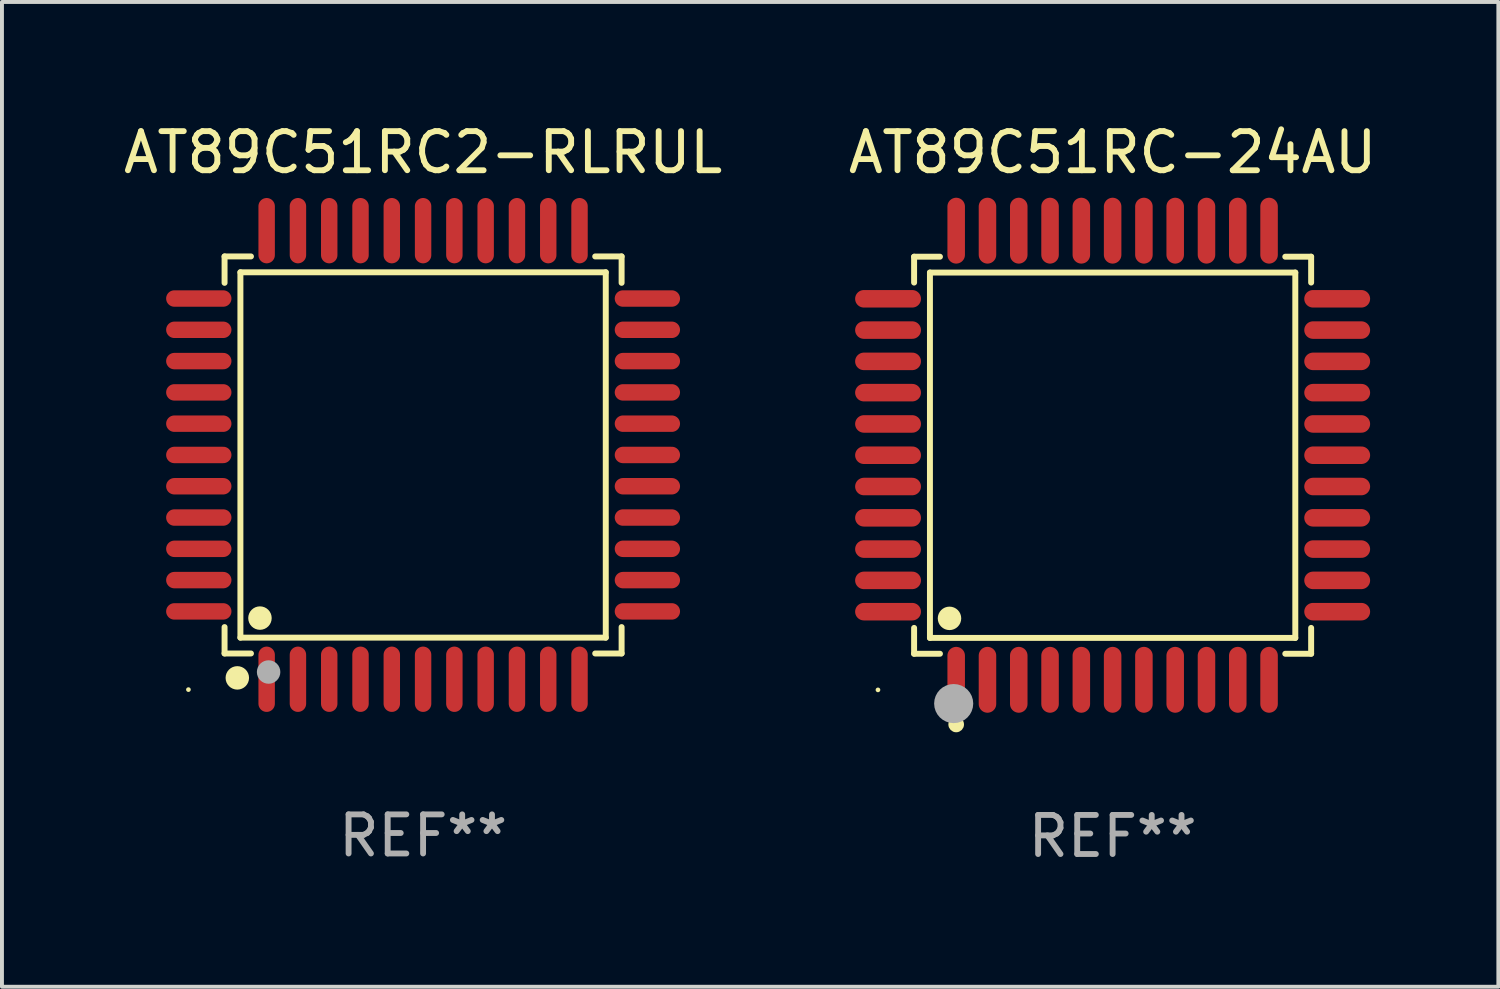
<source format=kicad_pcb>
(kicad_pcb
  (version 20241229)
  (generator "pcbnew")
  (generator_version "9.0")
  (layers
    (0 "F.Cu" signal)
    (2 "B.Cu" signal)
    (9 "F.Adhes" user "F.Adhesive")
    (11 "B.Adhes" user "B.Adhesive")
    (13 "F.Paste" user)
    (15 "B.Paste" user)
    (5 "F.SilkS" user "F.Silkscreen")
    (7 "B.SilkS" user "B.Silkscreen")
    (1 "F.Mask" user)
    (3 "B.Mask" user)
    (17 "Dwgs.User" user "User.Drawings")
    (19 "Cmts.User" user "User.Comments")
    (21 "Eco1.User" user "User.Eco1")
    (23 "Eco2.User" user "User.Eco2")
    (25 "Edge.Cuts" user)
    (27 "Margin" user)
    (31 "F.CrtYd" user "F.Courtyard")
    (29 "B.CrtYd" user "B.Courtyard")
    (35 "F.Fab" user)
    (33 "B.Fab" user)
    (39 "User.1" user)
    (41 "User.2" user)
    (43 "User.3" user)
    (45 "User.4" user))
  (footprint "AT89C51RC2-RLRUL"
    (layer "F.Cu")
    (at 7.768 8.583)
    (property "Reference" "AT89C51RC2-RLRUL" (at 0 -7.735 0) (layer "F.SilkS") (effects (font (size 1 1) (thickness 0.15))))
    (attr through_hole)
    (fp_line (start -5.076 -5.076) (end -4.401 -5.076) (stroke (width 0.152) (type solid)) (layer "F.SilkS"))
    (fp_line (start -5.076 -4.401) (end -5.076 -5.076) (stroke (width 0.152) (type solid)) (layer "F.SilkS"))
    (fp_line (start -5.076 4.401) (end -5.076 5.076) (stroke (width 0.152) (type solid)) (layer "F.SilkS"))
    (fp_line (start -5.076 5.076) (end -4.401 5.076) (stroke (width 0.152) (type solid)) (layer "F.SilkS"))
    (fp_line (start -4.671 -4.671) (end 4.671 -4.671) (stroke (width 0.152) (type solid)) (layer "F.SilkS"))
    (fp_line (start -4.671 4.671) (end -4.671 -4.671) (stroke (width 0.152) (type solid)) (layer "F.SilkS"))
    (fp_line (start 4.671 -4.671) (end 4.671 4.671) (stroke (width 0.152) (type solid)) (layer "F.SilkS"))
    (fp_line (start 4.671 4.671) (end -4.671 4.671) (stroke (width 0.152) (type solid)) (layer "F.SilkS"))
    (fp_line (start 5.076 -5.076) (end 4.401 -5.076) (stroke (width 0.152) (type solid)) (layer "F.SilkS"))
    (fp_line (start 5.076 -4.401) (end 5.076 -5.076) (stroke (width 0.152) (type solid)) (layer "F.SilkS"))
    (fp_line (start 5.076 4.401) (end 5.076 5.076) (stroke (width 0.152) (type solid)) (layer "F.SilkS"))
    (fp_line (start 5.076 5.076) (end 4.401 5.076) (stroke (width 0.152) (type solid)) (layer "F.SilkS"))
    (fp_circle (center -6 6) (end -5.97 6) (stroke (width 0.06) (type solid)) (fill no) (layer "F.SilkS"))
    (fp_circle (center -4.75 5.7) (end -4.6 5.7) (stroke (width 0.3) (type solid)) (fill no) (layer "F.SilkS"))
    (fp_circle (center -4.171 4.171) (end -4.021 4.171) (stroke (width 0.3) (type solid)) (fill no) (layer "F.SilkS"))
    (fp_circle (center -3.95 5.55) (end -3.8 5.55) (stroke (width 0.3) (type solid)) (fill no) (layer "F.Fab"))
    (fp_text user "REF**" (at 0 9.735 0) (layer "F.Fab") (effects (font (size 1 1) (thickness 0.15))))
    (pad "1" smd oval (at -4 5.735) (size 0.42 1.67) (layers "F.Cu" "F.Mask" "F.Paste"))
    (pad "2" smd oval (at -3.2 5.735) (size 0.42 1.67) (layers "F.Cu" "F.Mask" "F.Paste"))
    (pad "3" smd oval (at -2.4 5.735) (size 0.42 1.67) (layers "F.Cu" "F.Mask" "F.Paste"))
    (pad "4" smd oval (at -1.6 5.735) (size 0.42 1.67) (layers "F.Cu" "F.Mask" "F.Paste"))
    (pad "5" smd oval (at -0.8 5.735) (size 0.42 1.67) (layers "F.Cu" "F.Mask" "F.Paste"))
    (pad "6" smd oval (at 0 5.735) (size 0.42 1.67) (layers "F.Cu" "F.Mask" "F.Paste"))
    (pad "7" smd oval (at 0.8 5.735) (size 0.42 1.67) (layers "F.Cu" "F.Mask" "F.Paste"))
    (pad "8" smd oval (at 1.6 5.735) (size 0.42 1.67) (layers "F.Cu" "F.Mask" "F.Paste"))
    (pad "9" smd oval (at 2.4 5.735) (size 0.42 1.67) (layers "F.Cu" "F.Mask" "F.Paste"))
    (pad "10" smd oval (at 3.2 5.735) (size 0.42 1.67) (layers "F.Cu" "F.Mask" "F.Paste"))
    (pad "11" smd oval (at 4 5.735) (size 0.42 1.67) (layers "F.Cu" "F.Mask" "F.Paste"))
    (pad "12" smd oval (at 5.735 4) (size 1.67 0.42) (layers "F.Cu" "F.Mask" "F.Paste"))
    (pad "13" smd oval (at 5.735 3.2) (size 1.67 0.42) (layers "F.Cu" "F.Mask" "F.Paste"))
    (pad "14" smd oval (at 5.735 2.4) (size 1.67 0.42) (layers "F.Cu" "F.Mask" "F.Paste"))
    (pad "15" smd oval (at 5.735 1.6) (size 1.67 0.42) (layers "F.Cu" "F.Mask" "F.Paste"))
    (pad "16" smd oval (at 5.735 0.8) (size 1.67 0.42) (layers "F.Cu" "F.Mask" "F.Paste"))
    (pad "17" smd oval (at 5.735 0) (size 1.67 0.42) (layers "F.Cu" "F.Mask" "F.Paste"))
    (pad "18" smd oval (at 5.735 -0.8) (size 1.67 0.42) (layers "F.Cu" "F.Mask" "F.Paste"))
    (pad "19" smd oval (at 5.735 -1.6) (size 1.67 0.42) (layers "F.Cu" "F.Mask" "F.Paste"))
    (pad "20" smd oval (at 5.735 -2.4) (size 1.67 0.42) (layers "F.Cu" "F.Mask" "F.Paste"))
    (pad "21" smd oval (at 5.735 -3.2) (size 1.67 0.42) (layers "F.Cu" "F.Mask" "F.Paste"))
    (pad "22" smd oval (at 5.735 -4) (size 1.67 0.42) (layers "F.Cu" "F.Mask" "F.Paste"))
    (pad "23" smd oval (at 4 -5.735) (size 0.42 1.67) (layers "F.Cu" "F.Mask" "F.Paste"))
    (pad "24" smd oval (at 3.2 -5.735) (size 0.42 1.67) (layers "F.Cu" "F.Mask" "F.Paste"))
    (pad "25" smd oval (at 2.4 -5.735) (size 0.42 1.67) (layers "F.Cu" "F.Mask" "F.Paste"))
    (pad "26" smd oval (at 1.6 -5.735) (size 0.42 1.67) (layers "F.Cu" "F.Mask" "F.Paste"))
    (pad "27" smd oval (at 0.8 -5.735) (size 0.42 1.67) (layers "F.Cu" "F.Mask" "F.Paste"))
    (pad "28" smd oval (at 0 -5.735) (size 0.42 1.67) (layers "F.Cu" "F.Mask" "F.Paste"))
    (pad "29" smd oval (at -0.8 -5.735) (size 0.42 1.67) (layers "F.Cu" "F.Mask" "F.Paste"))
    (pad "30" smd oval (at -1.6 -5.735) (size 0.42 1.67) (layers "F.Cu" "F.Mask" "F.Paste"))
    (pad "31" smd oval (at -2.4 -5.735) (size 0.42 1.67) (layers "F.Cu" "F.Mask" "F.Paste"))
    (pad "32" smd oval (at -3.2 -5.735) (size 0.42 1.67) (layers "F.Cu" "F.Mask" "F.Paste"))
    (pad "33" smd oval (at -4 -5.735) (size 0.42 1.67) (layers "F.Cu" "F.Mask" "F.Paste"))
    (pad "34" smd oval (at -5.735 -4) (size 1.67 0.42) (layers "F.Cu" "F.Mask" "F.Paste"))
    (pad "35" smd oval (at -5.735 -3.2) (size 1.67 0.42) (layers "F.Cu" "F.Mask" "F.Paste"))
    (pad "36" smd oval (at -5.735 -2.4) (size 1.67 0.42) (layers "F.Cu" "F.Mask" "F.Paste"))
    (pad "37" smd oval (at -5.735 -1.6) (size 1.67 0.42) (layers "F.Cu" "F.Mask" "F.Paste"))
    (pad "38" smd oval (at -5.735 -0.8) (size 1.67 0.42) (layers "F.Cu" "F.Mask" "F.Paste"))
    (pad "39" smd oval (at -5.735 0) (size 1.67 0.42) (layers "F.Cu" "F.Mask" "F.Paste"))
    (pad "40" smd oval (at -5.735 0.8) (size 1.67 0.42) (layers "F.Cu" "F.Mask" "F.Paste"))
    (pad "41" smd oval (at -5.735 1.6) (size 1.67 0.42) (layers "F.Cu" "F.Mask" "F.Paste"))
    (pad "42" smd oval (at -5.735 2.4) (size 1.67 0.42) (layers "F.Cu" "F.Mask" "F.Paste"))
    (pad "43" smd oval (at -5.735 3.2) (size 1.67 0.42) (layers "F.Cu" "F.Mask" "F.Paste"))
    (pad "44" smd oval (at -5.735 4) (size 1.67 0.42) (layers "F.Cu" "F.Mask" "F.Paste")))
  (footprint "AT89C51RC-24AU"
    (layer "F.Cu")
    (at 25.399 8.59)
    (property "Reference" "AT89C51RC-24AU" (at 0 -7.742 0) (layer "F.SilkS") (effects (font (size 1 1) (thickness 0.15))))
    (attr through_hole)
    (fp_line (start -5.076 -5.076) (end -4.415 -5.076) (stroke (width 0.152) (type solid)) (layer "F.SilkS"))
    (fp_line (start -5.076 -4.415) (end -5.076 -5.076) (stroke (width 0.152) (type solid)) (layer "F.SilkS"))
    (fp_line (start -5.076 4.415) (end -5.076 5.076) (stroke (width 0.152) (type solid)) (layer "F.SilkS"))
    (fp_line (start -5.076 5.076) (end -4.415 5.076) (stroke (width 0.152) (type solid)) (layer "F.SilkS"))
    (fp_line (start -4.671 -4.671) (end 4.671 -4.671) (stroke (width 0.152) (type solid)) (layer "F.SilkS"))
    (fp_line (start -4.671 4.671) (end -4.671 -4.671) (stroke (width 0.152) (type solid)) (layer "F.SilkS"))
    (fp_line (start 4.671 -4.671) (end 4.671 4.671) (stroke (width 0.152) (type solid)) (layer "F.SilkS"))
    (fp_line (start 4.671 4.671) (end -4.671 4.671) (stroke (width 0.152) (type solid)) (layer "F.SilkS"))
    (fp_line (start 5.076 -5.076) (end 4.415 -5.076) (stroke (width 0.152) (type solid)) (layer "F.SilkS"))
    (fp_line (start 5.076 -4.415) (end 5.076 -5.076) (stroke (width 0.152) (type solid)) (layer "F.SilkS"))
    (fp_line (start 5.076 4.415) (end 5.076 5.076) (stroke (width 0.152) (type solid)) (layer "F.SilkS"))
    (fp_line (start 5.076 5.076) (end 4.415 5.076) (stroke (width 0.152) (type solid)) (layer "F.SilkS"))
    (fp_circle (center -6 6) (end -5.97 6) (stroke (width 0.06) (type solid)) (fill no) (layer "F.SilkS"))
    (fp_circle (center -4.171 4.171) (end -4.021 4.171) (stroke (width 0.3) (type solid)) (fill no) (layer "F.SilkS"))
    (fp_circle (center -4 6.884) (end -3.9 6.884) (stroke (width 0.2) (type solid)) (fill no) (layer "F.SilkS"))
    (fp_circle (center -4.064 6.35) (end -3.814 6.35) (stroke (width 0.5) (type solid)) (fill no) (layer "F.Fab"))
    (fp_text user "REF**" (at 0 9.742 0) (layer "F.Fab") (effects (font (size 1 1) (thickness 0.15))))
    (pad "1" smd oval (at -4 5.742) (size 0.448 1.684) (layers "F.Cu" "F.Mask" "F.Paste"))
    (pad "2" smd oval (at -3.2 5.742) (size 0.448 1.684) (layers "F.Cu" "F.Mask" "F.Paste"))
    (pad "3" smd oval (at -2.4 5.742) (size 0.448 1.684) (layers "F.Cu" "F.Mask" "F.Paste"))
    (pad "4" smd oval (at -1.6 5.742) (size 0.448 1.684) (layers "F.Cu" "F.Mask" "F.Paste"))
    (pad "5" smd oval (at -0.8 5.742) (size 0.448 1.684) (layers "F.Cu" "F.Mask" "F.Paste"))
    (pad "6" smd oval (at 0 5.742) (size 0.448 1.684) (layers "F.Cu" "F.Mask" "F.Paste"))
    (pad "7" smd oval (at 0.8 5.742) (size 0.448 1.684) (layers "F.Cu" "F.Mask" "F.Paste"))
    (pad "8" smd oval (at 1.6 5.742) (size 0.448 1.684) (layers "F.Cu" "F.Mask" "F.Paste"))
    (pad "9" smd oval (at 2.4 5.742) (size 0.448 1.684) (layers "F.Cu" "F.Mask" "F.Paste"))
    (pad "10" smd oval (at 3.2 5.742) (size 0.448 1.684) (layers "F.Cu" "F.Mask" "F.Paste"))
    (pad "11" smd oval (at 4 5.742) (size 0.448 1.684) (layers "F.Cu" "F.Mask" "F.Paste"))
    (pad "12" smd oval (at 5.742 4) (size 1.684 0.448) (layers "F.Cu" "F.Mask" "F.Paste"))
    (pad "13" smd oval (at 5.742 3.2) (size 1.684 0.448) (layers "F.Cu" "F.Mask" "F.Paste"))
    (pad "14" smd oval (at 5.742 2.4) (size 1.684 0.448) (layers "F.Cu" "F.Mask" "F.Paste"))
    (pad "15" smd oval (at 5.742 1.6) (size 1.684 0.448) (layers "F.Cu" "F.Mask" "F.Paste"))
    (pad "16" smd oval (at 5.742 0.8) (size 1.684 0.448) (layers "F.Cu" "F.Mask" "F.Paste"))
    (pad "17" smd oval (at 5.742 0) (size 1.684 0.448) (layers "F.Cu" "F.Mask" "F.Paste"))
    (pad "18" smd oval (at 5.742 -0.8) (size 1.684 0.448) (layers "F.Cu" "F.Mask" "F.Paste"))
    (pad "19" smd oval (at 5.742 -1.6) (size 1.684 0.448) (layers "F.Cu" "F.Mask" "F.Paste"))
    (pad "20" smd oval (at 5.742 -2.4) (size 1.684 0.448) (layers "F.Cu" "F.Mask" "F.Paste"))
    (pad "21" smd oval (at 5.742 -3.2) (size 1.684 0.448) (layers "F.Cu" "F.Mask" "F.Paste"))
    (pad "22" smd oval (at 5.742 -4) (size 1.684 0.448) (layers "F.Cu" "F.Mask" "F.Paste"))
    (pad "23" smd oval (at 4 -5.742) (size 0.448 1.684) (layers "F.Cu" "F.Mask" "F.Paste"))
    (pad "24" smd oval (at 3.2 -5.742) (size 0.448 1.684) (layers "F.Cu" "F.Mask" "F.Paste"))
    (pad "25" smd oval (at 2.4 -5.742) (size 0.448 1.684) (layers "F.Cu" "F.Mask" "F.Paste"))
    (pad "26" smd oval (at 1.6 -5.742) (size 0.448 1.684) (layers "F.Cu" "F.Mask" "F.Paste"))
    (pad "27" smd oval (at 0.8 -5.742) (size 0.448 1.684) (layers "F.Cu" "F.Mask" "F.Paste"))
    (pad "28" smd oval (at 0 -5.742) (size 0.448 1.684) (layers "F.Cu" "F.Mask" "F.Paste"))
    (pad "29" smd oval (at -0.8 -5.742) (size 0.448 1.684) (layers "F.Cu" "F.Mask" "F.Paste"))
    (pad "30" smd oval (at -1.6 -5.742) (size 0.448 1.684) (layers "F.Cu" "F.Mask" "F.Paste"))
    (pad "31" smd oval (at -2.4 -5.742) (size 0.448 1.684) (layers "F.Cu" "F.Mask" "F.Paste"))
    (pad "32" smd oval (at -3.2 -5.742) (size 0.448 1.684) (layers "F.Cu" "F.Mask" "F.Paste"))
    (pad "33" smd oval (at -4 -5.742) (size 0.448 1.684) (layers "F.Cu" "F.Mask" "F.Paste"))
    (pad "34" smd oval (at -5.742 -4) (size 1.684 0.448) (layers "F.Cu" "F.Mask" "F.Paste"))
    (pad "35" smd oval (at -5.742 -3.2) (size 1.684 0.448) (layers "F.Cu" "F.Mask" "F.Paste"))
    (pad "36" smd oval (at -5.742 -2.4) (size 1.684 0.448) (layers "F.Cu" "F.Mask" "F.Paste"))
    (pad "37" smd oval (at -5.742 -1.6) (size 1.684 0.448) (layers "F.Cu" "F.Mask" "F.Paste"))
    (pad "38" smd oval (at -5.742 -0.8) (size 1.684 0.448) (layers "F.Cu" "F.Mask" "F.Paste"))
    (pad "39" smd oval (at -5.742 0) (size 1.684 0.448) (layers "F.Cu" "F.Mask" "F.Paste"))
    (pad "40" smd oval (at -5.742 0.8) (size 1.684 0.448) (layers "F.Cu" "F.Mask" "F.Paste"))
    (pad "41" smd oval (at -5.742 1.6) (size 1.684 0.448) (layers "F.Cu" "F.Mask" "F.Paste"))
    (pad "42" smd oval (at -5.742 2.4) (size 1.684 0.448) (layers "F.Cu" "F.Mask" "F.Paste"))
    (pad "43" smd oval (at -5.742 3.2) (size 1.684 0.448) (layers "F.Cu" "F.Mask" "F.Paste"))
    (pad "44" smd oval (at -5.742 4) (size 1.684 0.448) (layers "F.Cu" "F.Mask" "F.Paste")))
  (gr_rect
    (start -3 -3)
    (end 35.262 22.18)
    (stroke (width 0.1) (type default))
    (fill no)
    (layer "Edge.Cuts")))
</source>
